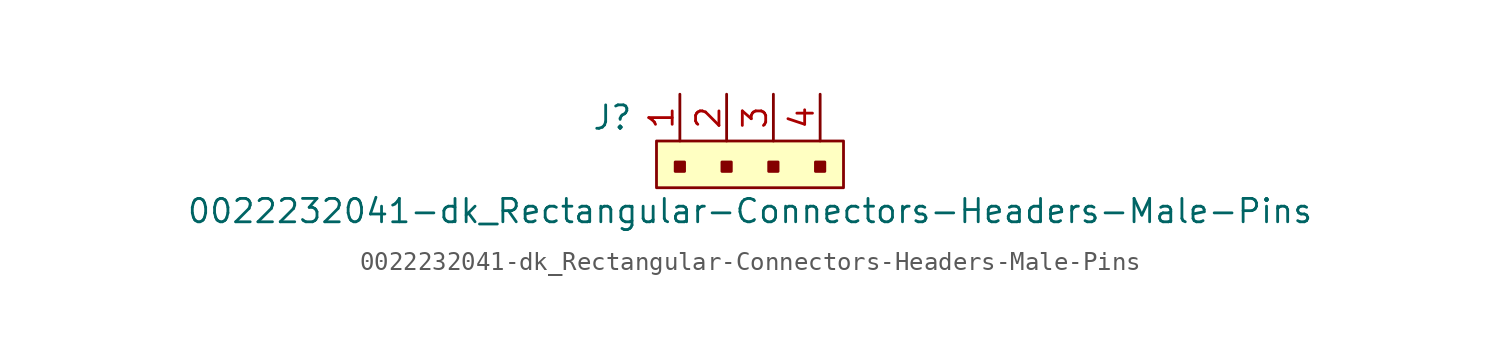
<source format=kicad_sym>
(kicad_symbol_lib
  (version 20240819)
  (generator "kicad_symbol_editor")
  (generator_version "8.99")
  (symbol "0022232041-dk_Rectangular-Connectors-Headers-Male-Pins"
    (pin_names
      (offset 1.016))
    (property "Reference" "J"
      (at -2.54 1.27 0)
      (effects (font (size 1.27 1.27)) (justify right)))
    (property "Value" "0022232041-dk_Rectangular-Connectors-Headers-Male-Pins"
      (at 3.81 -3.81 0)
      (effects (font (size 1.27 1.27))))
    (symbol "0022232041-dk_Rectangular-Connectors-Headers-Male-Pins_1_1"
      (rectangle (start -1.27 0) (end 8.89 -2.54) (stroke (width 0) (type solid)) (fill (type background)))
      (rectangle (start -0.254 -1.143) (end 0.254 -1.651) (stroke (width 0) (type solid)) (fill (type outline)))
      (rectangle (start 2.286 -1.143) (end 2.794 -1.651) (stroke (width 0) (type solid)) (fill (type outline)))
      (rectangle (start 4.826 -1.143) (end 5.334 -1.651) (stroke (width 0) (type solid)) (fill (type outline)))
      (rectangle (start 7.366 -1.143) (end 7.874 -1.651) (stroke (width 0) (type solid)) (fill (type outline)))
      (pin passive line (at 0 2.54 270) (length 2.54) (name "~" (effects (font (size 1.27 1.27)))) (number "1" (effects (font (size 1.27 1.27)))))
      (pin passive line (at 2.54 2.54 270) (length 2.54) (name "~" (effects (font (size 1.27 1.27)))) (number "2" (effects (font (size 1.27 1.27)))))
      (pin passive line (at 5.08 2.54 270) (length 2.54) (name "~" (effects (font (size 1.27 1.27)))) (number "3" (effects (font (size 1.27 1.27)))))
      (pin passive line (at 7.62 2.54 270) (length 2.54) (name "~" (effects (font (size 1.27 1.27)))) (number "4" (effects (font (size 1.27 1.27))))))))
</source>
